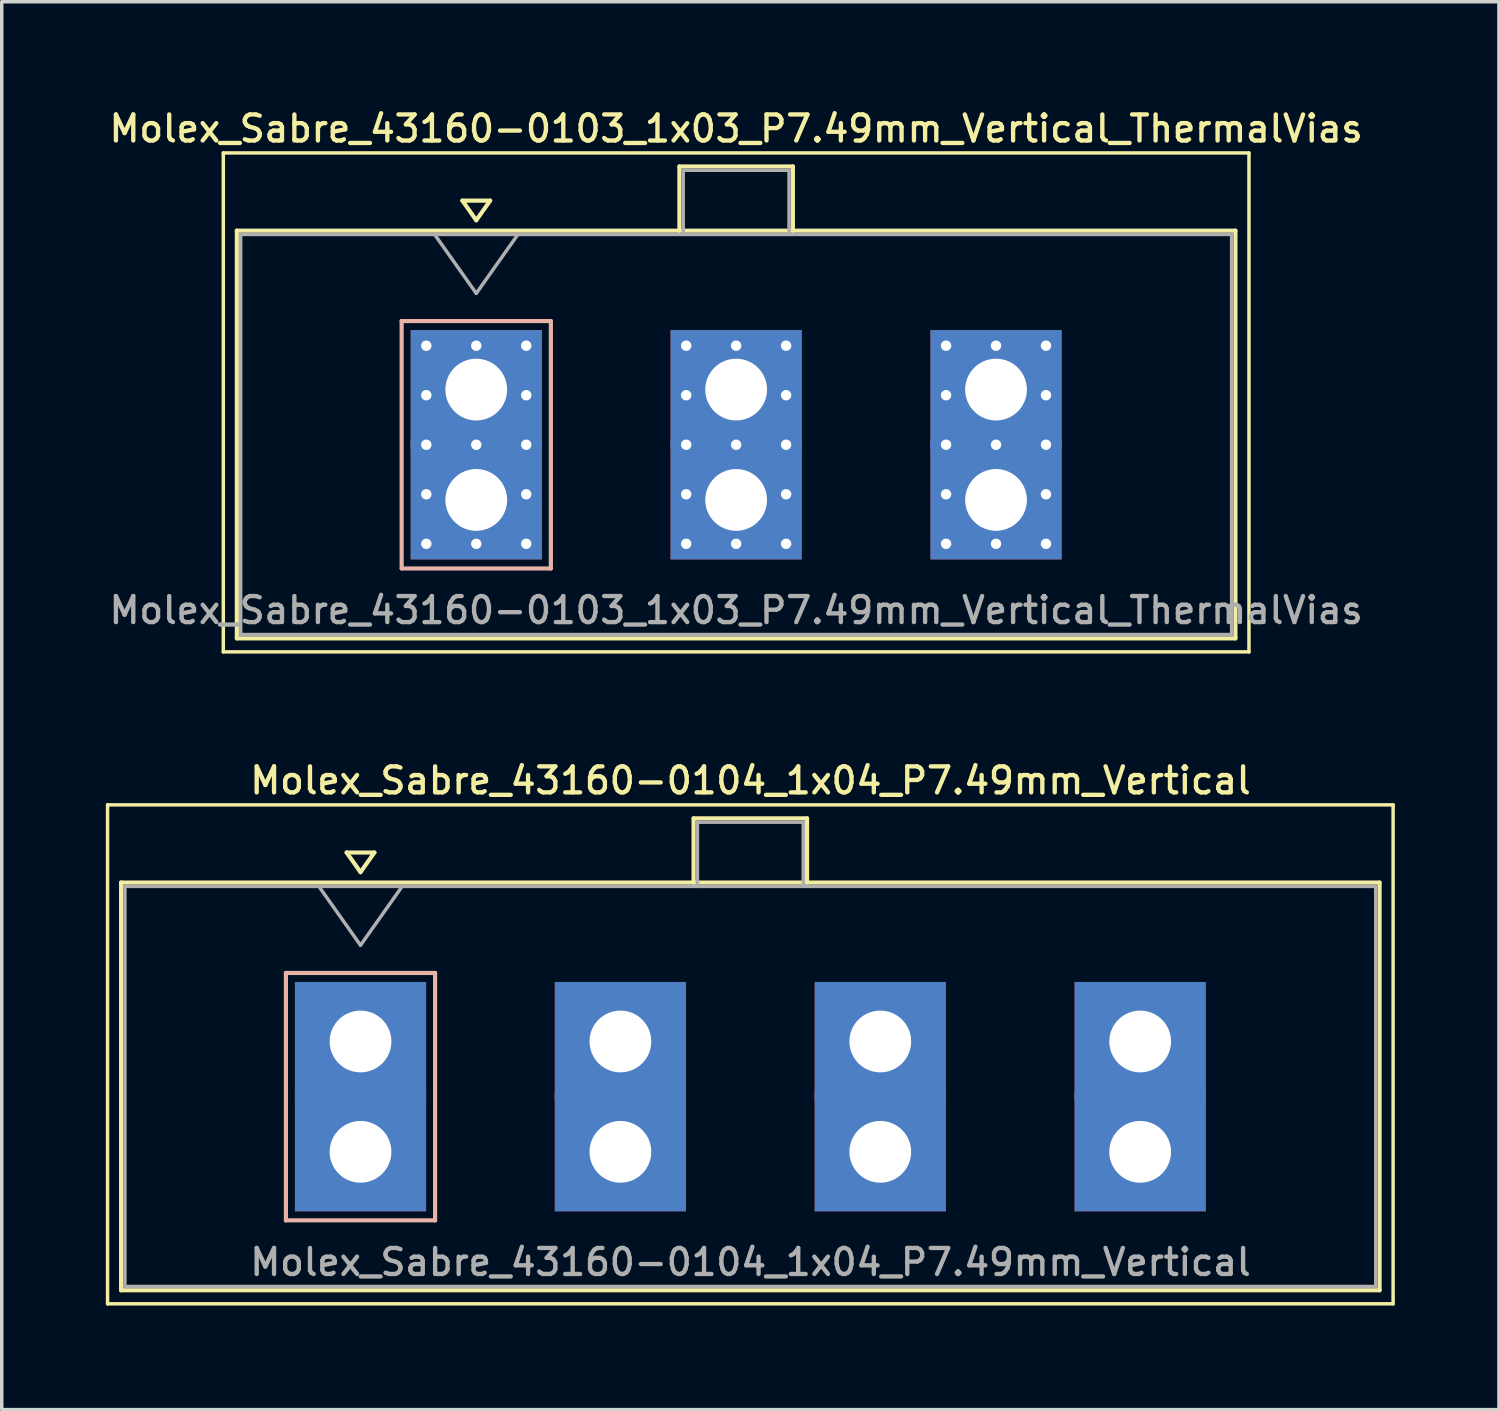
<source format=kicad_pcb>
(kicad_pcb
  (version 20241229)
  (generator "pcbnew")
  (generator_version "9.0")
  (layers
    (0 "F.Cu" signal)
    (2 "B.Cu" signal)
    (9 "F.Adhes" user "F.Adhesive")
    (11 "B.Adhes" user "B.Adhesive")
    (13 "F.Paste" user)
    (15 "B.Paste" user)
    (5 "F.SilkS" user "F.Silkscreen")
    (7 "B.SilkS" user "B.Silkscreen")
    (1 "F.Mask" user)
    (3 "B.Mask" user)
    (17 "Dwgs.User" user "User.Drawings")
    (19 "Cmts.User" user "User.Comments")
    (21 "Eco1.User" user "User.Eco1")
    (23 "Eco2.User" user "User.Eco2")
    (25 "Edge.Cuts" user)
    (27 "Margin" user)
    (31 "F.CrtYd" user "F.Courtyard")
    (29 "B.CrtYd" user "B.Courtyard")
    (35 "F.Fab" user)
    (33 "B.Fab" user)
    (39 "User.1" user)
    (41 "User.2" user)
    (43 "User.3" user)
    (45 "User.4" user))
  (footprint "Molex_Sabre_43160-0104_1x04_P7.49mm_Vertical"
    (layer "F.Cu")
    (at 7.34 30.146)
    (property "Reference" "Molex_Sabre_43160-0104_1x04_P7.49mm_Vertical" (at 11.24 -10.7 0) (layer "F.SilkS") (effects (font (size 0.75 0.75) (thickness 0.125))))
    (attr through_hole)
    (fp_line (start -7.29 -10) (end -7.29 4.38) (stroke (width 0.1) (type solid)) (layer "F.SilkS"))
    (fp_line (start -7.29 4.38) (end 29.76 4.38) (stroke (width 0.1) (type solid)) (layer "F.SilkS"))
    (fp_line (start -6.9 -7.76) (end -6.9 3.99) (stroke (width 0.12) (type solid)) (layer "F.SilkS"))
    (fp_line (start -6.9 3.99) (end 29.37 3.99) (stroke (width 0.12) (type solid)) (layer "F.SilkS"))
    (fp_line (start -0.4 -8.626) (end 0 -8.06) (stroke (width 0.12) (type solid)) (layer "F.SilkS"))
    (fp_line (start 0 -8.06) (end 0.4 -8.626) (stroke (width 0.12) (type solid)) (layer "F.SilkS"))
    (fp_line (start 0.4 -8.626) (end -0.4 -8.626) (stroke (width 0.12) (type solid)) (layer "F.SilkS"))
    (fp_line (start 9.6 -9.61) (end 12.87 -9.61) (stroke (width 0.12) (type solid)) (layer "F.SilkS"))
    (fp_line (start 9.6 -7.76) (end 9.6 -9.61) (stroke (width 0.12) (type solid)) (layer "F.SilkS"))
    (fp_line (start 12.87 -9.61) (end 12.87 -7.76) (stroke (width 0.12) (type solid)) (layer "F.SilkS"))
    (fp_line (start 29.37 -7.76) (end -6.9 -7.76) (stroke (width 0.12) (type solid)) (layer "F.SilkS"))
    (fp_line (start 29.37 3.99) (end 29.37 -7.76) (stroke (width 0.12) (type solid)) (layer "F.SilkS"))
    (fp_line (start 29.76 -10) (end -7.29 -10) (stroke (width 0.1) (type solid)) (layer "F.SilkS"))
    (fp_line (start 29.76 4.38) (end 29.76 -10) (stroke (width 0.1) (type solid)) (layer "F.SilkS"))
    (fp_line (start -2.15 -5.155) (end -2.15 1.975) (stroke (width 0.12) (type solid)) (layer "B.SilkS"))
    (fp_line (start -2.15 1.975) (end 2.15 1.975) (stroke (width 0.12) (type solid)) (layer "B.SilkS"))
    (fp_line (start 2.15 -5.155) (end -2.15 -5.155) (stroke (width 0.12) (type solid)) (layer "B.SilkS"))
    (fp_line (start 2.15 1.975) (end 2.15 -5.155) (stroke (width 0.12) (type solid)) (layer "B.SilkS"))
    (fp_line (start -6.79 -7.65) (end -6.79 3.88) (stroke (width 0.1) (type solid)) (layer "F.Fab"))
    (fp_line (start -6.79 3.88) (end 29.26 3.88) (stroke (width 0.1) (type solid)) (layer "F.Fab"))
    (fp_line (start -1.2 -7.65) (end 0 -5.953) (stroke (width 0.1) (type solid)) (layer "F.Fab"))
    (fp_line (start 0 -5.953) (end 1.2 -7.65) (stroke (width 0.1) (type solid)) (layer "F.Fab"))
    (fp_line (start 9.71 -9.5) (end 12.76 -9.5) (stroke (width 0.1) (type solid)) (layer "F.Fab"))
    (fp_line (start 9.71 -7.65) (end 9.71 -9.5) (stroke (width 0.1) (type solid)) (layer "F.Fab"))
    (fp_line (start 12.76 -9.5) (end 12.76 -7.65) (stroke (width 0.1) (type solid)) (layer "F.Fab"))
    (fp_line (start 29.26 -7.65) (end -6.79 -7.65) (stroke (width 0.1) (type solid)) (layer "F.Fab"))
    (fp_line (start 29.26 3.88) (end 29.26 -7.65) (stroke (width 0.1) (type solid)) (layer "F.Fab"))
    (fp_text user "${REFERENCE}" (at 11.24 3.18 0) (layer "F.Fab") (effects (font (size 0.75 0.75) (thickness 0.125))))
    (pad "1" thru_hole rect (at 0 -3.18) (size 3.78 3.43) (drill 1.78) (layers "*.Cu" "*.Mask"))
    (pad "1" thru_hole rect (at 0 0) (size 3.78 3.43) (drill 1.78) (layers "*.Cu" "*.Mask"))
    (pad "2" thru_hole rect (at 7.49 -3.18) (size 3.78 3.43) (drill 1.78) (layers "*.Cu" "*.Mask"))
    (pad "2" thru_hole rect (at 7.49 0) (size 3.78 3.43) (drill 1.78) (layers "*.Cu" "*.Mask"))
    (pad "3" thru_hole rect (at 14.98 -3.18) (size 3.78 3.43) (drill 1.78) (layers "*.Cu" "*.Mask"))
    (pad "3" thru_hole rect (at 14.98 0) (size 3.78 3.43) (drill 1.78) (layers "*.Cu" "*.Mask"))
    (pad "4" thru_hole rect (at 22.47 -3.18) (size 3.78 3.43) (drill 1.78) (layers "*.Cu" "*.Mask"))
    (pad "4" thru_hole rect (at 22.47 0) (size 3.78 3.43) (drill 1.78) (layers "*.Cu" "*.Mask")))
  (footprint "Molex_Sabre_43160-0103_1x03_P7.49mm_Vertical_ThermalVias"
    (layer "F.Cu")
    (at 10.676 11.358)
    (property "Reference" "Molex_Sabre_43160-0103_1x03_P7.49mm_Vertical_ThermalVias" (at 7.49 -10.7 0) (layer "F.SilkS") (effects (font (size 0.75 0.75) (thickness 0.125))))
    (attr through_hole)
    (fp_line (start -7.29 -10) (end -7.29 4.38) (stroke (width 0.1) (type solid)) (layer "F.SilkS"))
    (fp_line (start -7.29 4.38) (end 22.27 4.38) (stroke (width 0.1) (type solid)) (layer "F.SilkS"))
    (fp_line (start -6.9 -7.76) (end -6.9 3.99) (stroke (width 0.12) (type solid)) (layer "F.SilkS"))
    (fp_line (start -6.9 3.99) (end 21.88 3.99) (stroke (width 0.12) (type solid)) (layer "F.SilkS"))
    (fp_line (start -0.4 -8.626) (end 0 -8.06) (stroke (width 0.12) (type solid)) (layer "F.SilkS"))
    (fp_line (start 0 -8.06) (end 0.4 -8.626) (stroke (width 0.12) (type solid)) (layer "F.SilkS"))
    (fp_line (start 0.4 -8.626) (end -0.4 -8.626) (stroke (width 0.12) (type solid)) (layer "F.SilkS"))
    (fp_line (start 5.855 -9.61) (end 9.125 -9.61) (stroke (width 0.12) (type solid)) (layer "F.SilkS"))
    (fp_line (start 5.855 -7.76) (end 5.855 -9.61) (stroke (width 0.12) (type solid)) (layer "F.SilkS"))
    (fp_line (start 9.125 -9.61) (end 9.125 -7.76) (stroke (width 0.12) (type solid)) (layer "F.SilkS"))
    (fp_line (start 21.88 -7.76) (end -6.9 -7.76) (stroke (width 0.12) (type solid)) (layer "F.SilkS"))
    (fp_line (start 21.88 3.99) (end 21.88 -7.76) (stroke (width 0.12) (type solid)) (layer "F.SilkS"))
    (fp_line (start 22.27 -10) (end -7.29 -10) (stroke (width 0.1) (type solid)) (layer "F.SilkS"))
    (fp_line (start 22.27 4.38) (end 22.27 -10) (stroke (width 0.1) (type solid)) (layer "F.SilkS"))
    (fp_line (start -2.15 -5.155) (end -2.15 1.975) (stroke (width 0.12) (type solid)) (layer "B.SilkS"))
    (fp_line (start -2.15 1.975) (end 2.15 1.975) (stroke (width 0.12) (type solid)) (layer "B.SilkS"))
    (fp_line (start 2.15 -5.155) (end -2.15 -5.155) (stroke (width 0.12) (type solid)) (layer "B.SilkS"))
    (fp_line (start 2.15 1.975) (end 2.15 -5.155) (stroke (width 0.12) (type solid)) (layer "B.SilkS"))
    (fp_line (start -6.79 -7.65) (end -6.79 3.88) (stroke (width 0.1) (type solid)) (layer "F.Fab"))
    (fp_line (start -6.79 3.88) (end 21.77 3.88) (stroke (width 0.1) (type solid)) (layer "F.Fab"))
    (fp_line (start -1.2 -7.65) (end 0 -5.953) (stroke (width 0.1) (type solid)) (layer "F.Fab"))
    (fp_line (start 0 -5.953) (end 1.2 -7.65) (stroke (width 0.1) (type solid)) (layer "F.Fab"))
    (fp_line (start 5.965 -9.5) (end 9.015 -9.5) (stroke (width 0.1) (type solid)) (layer "F.Fab"))
    (fp_line (start 5.965 -7.65) (end 5.965 -9.5) (stroke (width 0.1) (type solid)) (layer "F.Fab"))
    (fp_line (start 9.015 -9.5) (end 9.015 -7.65) (stroke (width 0.1) (type solid)) (layer "F.Fab"))
    (fp_line (start 21.77 -7.65) (end -6.79 -7.65) (stroke (width 0.1) (type solid)) (layer "F.Fab"))
    (fp_line (start 21.77 3.88) (end 21.77 -7.65) (stroke (width 0.1) (type solid)) (layer "F.Fab"))
    (fp_text user "${REFERENCE}" (at 7.49 3.18 0) (layer "F.Fab") (effects (font (size 0.75 0.75) (thickness 0.125))))
    (pad "1" thru_hole rect (at -1.44 -4.445) (size 0.6 0.6) (drill 0.3) (layers "*.Cu" "*.Mask"))
    (pad "1" thru_hole rect (at -1.44 -3.018) (size 0.6 0.6) (drill 0.3) (layers "*.Cu" "*.Mask"))
    (pad "1" thru_hole rect (at -1.44 -1.59) (size 0.6 0.6) (drill 0.3) (layers "*.Cu" "*.Mask"))
    (pad "1" thru_hole rect (at -1.44 -0.163) (size 0.6 0.6) (drill 0.3) (layers "*.Cu" "*.Mask"))
    (pad "1" thru_hole rect (at -1.44 1.265) (size 0.6 0.6) (drill 0.3) (layers "*.Cu" "*.Mask"))
    (pad "1" thru_hole rect (at 0 -4.445) (size 0.6 0.6) (drill 0.3) (layers "*.Cu" "*.Mask"))
    (pad "1" thru_hole rect (at 0 -3.18) (size 3.78 3.43) (drill 1.78) (layers "*.Cu" "*.Mask"))
    (pad "1" thru_hole rect (at 0 -1.59) (size 0.6 0.6) (drill 0.3) (layers "*.Cu" "*.Mask"))
    (pad "1" thru_hole rect (at 0 0) (size 3.78 3.43) (drill 1.78) (layers "*.Cu" "*.Mask"))
    (pad "1" thru_hole rect (at 0 1.265) (size 0.6 0.6) (drill 0.3) (layers "*.Cu" "*.Mask"))
    (pad "1" thru_hole rect (at 1.44 -4.445) (size 0.6 0.6) (drill 0.3) (layers "*.Cu" "*.Mask"))
    (pad "1" thru_hole rect (at 1.44 -3.018) (size 0.6 0.6) (drill 0.3) (layers "*.Cu" "*.Mask"))
    (pad "1" thru_hole rect (at 1.44 -1.59) (size 0.6 0.6) (drill 0.3) (layers "*.Cu" "*.Mask"))
    (pad "1" thru_hole rect (at 1.44 -0.163) (size 0.6 0.6) (drill 0.3) (layers "*.Cu" "*.Mask"))
    (pad "1" thru_hole rect (at 1.44 1.265) (size 0.6 0.6) (drill 0.3) (layers "*.Cu" "*.Mask"))
    (pad "2" thru_hole circle (at 6.05 -4.445) (size 0.6 0.6) (drill 0.3) (layers "*.Cu" "*.Mask"))
    (pad "2" thru_hole circle (at 6.05 -3.018) (size 0.6 0.6) (drill 0.3) (layers "*.Cu" "*.Mask"))
    (pad "2" thru_hole circle (at 6.05 -1.59) (size 0.6 0.6) (drill 0.3) (layers "*.Cu" "*.Mask"))
    (pad "2" thru_hole circle (at 6.05 -0.163) (size 0.6 0.6) (drill 0.3) (layers "*.Cu" "*.Mask"))
    (pad "2" thru_hole circle (at 6.05 1.265) (size 0.6 0.6) (drill 0.3) (layers "*.Cu" "*.Mask"))
    (pad "2" thru_hole circle (at 7.49 -4.445) (size 0.6 0.6) (drill 0.3) (layers "*.Cu" "*.Mask"))
    (pad "2" thru_hole rect (at 7.49 -3.18) (size 3.78 3.43) (drill 1.78) (layers "*.Cu" "*.Mask"))
    (pad "2" thru_hole circle (at 7.49 -1.59) (size 0.6 0.6) (drill 0.3) (layers "*.Cu" "*.Mask"))
    (pad "2" thru_hole rect (at 7.49 0) (size 3.78 3.43) (drill 1.78) (layers "*.Cu" "*.Mask"))
    (pad "2" thru_hole circle (at 7.49 1.265) (size 0.6 0.6) (drill 0.3) (layers "*.Cu" "*.Mask"))
    (pad "2" thru_hole circle (at 8.93 -4.445) (size 0.6 0.6) (drill 0.3) (layers "*.Cu" "*.Mask"))
    (pad "2" thru_hole circle (at 8.93 -3.018) (size 0.6 0.6) (drill 0.3) (layers "*.Cu" "*.Mask"))
    (pad "2" thru_hole circle (at 8.93 -1.59) (size 0.6 0.6) (drill 0.3) (layers "*.Cu" "*.Mask"))
    (pad "2" thru_hole circle (at 8.93 -0.163) (size 0.6 0.6) (drill 0.3) (layers "*.Cu" "*.Mask"))
    (pad "2" thru_hole circle (at 8.93 1.265) (size 0.6 0.6) (drill 0.3) (layers "*.Cu" "*.Mask"))
    (pad "3" thru_hole circle (at 13.54 -4.445) (size 0.6 0.6) (drill 0.3) (layers "*.Cu" "*.Mask"))
    (pad "3" thru_hole circle (at 13.54 -3.018) (size 0.6 0.6) (drill 0.3) (layers "*.Cu" "*.Mask"))
    (pad "3" thru_hole circle (at 13.54 -1.59) (size 0.6 0.6) (drill 0.3) (layers "*.Cu" "*.Mask"))
    (pad "3" thru_hole circle (at 13.54 -0.163) (size 0.6 0.6) (drill 0.3) (layers "*.Cu" "*.Mask"))
    (pad "3" thru_hole circle (at 13.54 1.265) (size 0.6 0.6) (drill 0.3) (layers "*.Cu" "*.Mask"))
    (pad "3" thru_hole circle (at 14.98 -4.445) (size 0.6 0.6) (drill 0.3) (layers "*.Cu" "*.Mask"))
    (pad "3" thru_hole rect (at 14.98 -3.18) (size 3.78 3.43) (drill 1.78) (layers "*.Cu" "*.Mask"))
    (pad "3" thru_hole circle (at 14.98 -1.59) (size 0.6 0.6) (drill 0.3) (layers "*.Cu" "*.Mask"))
    (pad "3" thru_hole rect (at 14.98 0) (size 3.78 3.43) (drill 1.78) (layers "*.Cu" "*.Mask"))
    (pad "3" thru_hole circle (at 14.98 1.265) (size 0.6 0.6) (drill 0.3) (layers "*.Cu" "*.Mask"))
    (pad "3" thru_hole circle (at 16.42 -4.445) (size 0.6 0.6) (drill 0.3) (layers "*.Cu" "*.Mask"))
    (pad "3" thru_hole circle (at 16.42 -3.018) (size 0.6 0.6) (drill 0.3) (layers "*.Cu" "*.Mask"))
    (pad "3" thru_hole circle (at 16.42 -1.59) (size 0.6 0.6) (drill 0.3) (layers "*.Cu" "*.Mask"))
    (pad "3" thru_hole circle (at 16.42 -0.163) (size 0.6 0.6) (drill 0.3) (layers "*.Cu" "*.Mask"))
    (pad "3" thru_hole circle (at 16.42 1.265) (size 0.6 0.6) (drill 0.3) (layers "*.Cu" "*.Mask")))
  (gr_rect
    (start -3 -3)
    (end 40.15 37.576)
    (stroke (width 0.1) (type default))
    (fill no)
    (layer "Edge.Cuts")))
</source>
